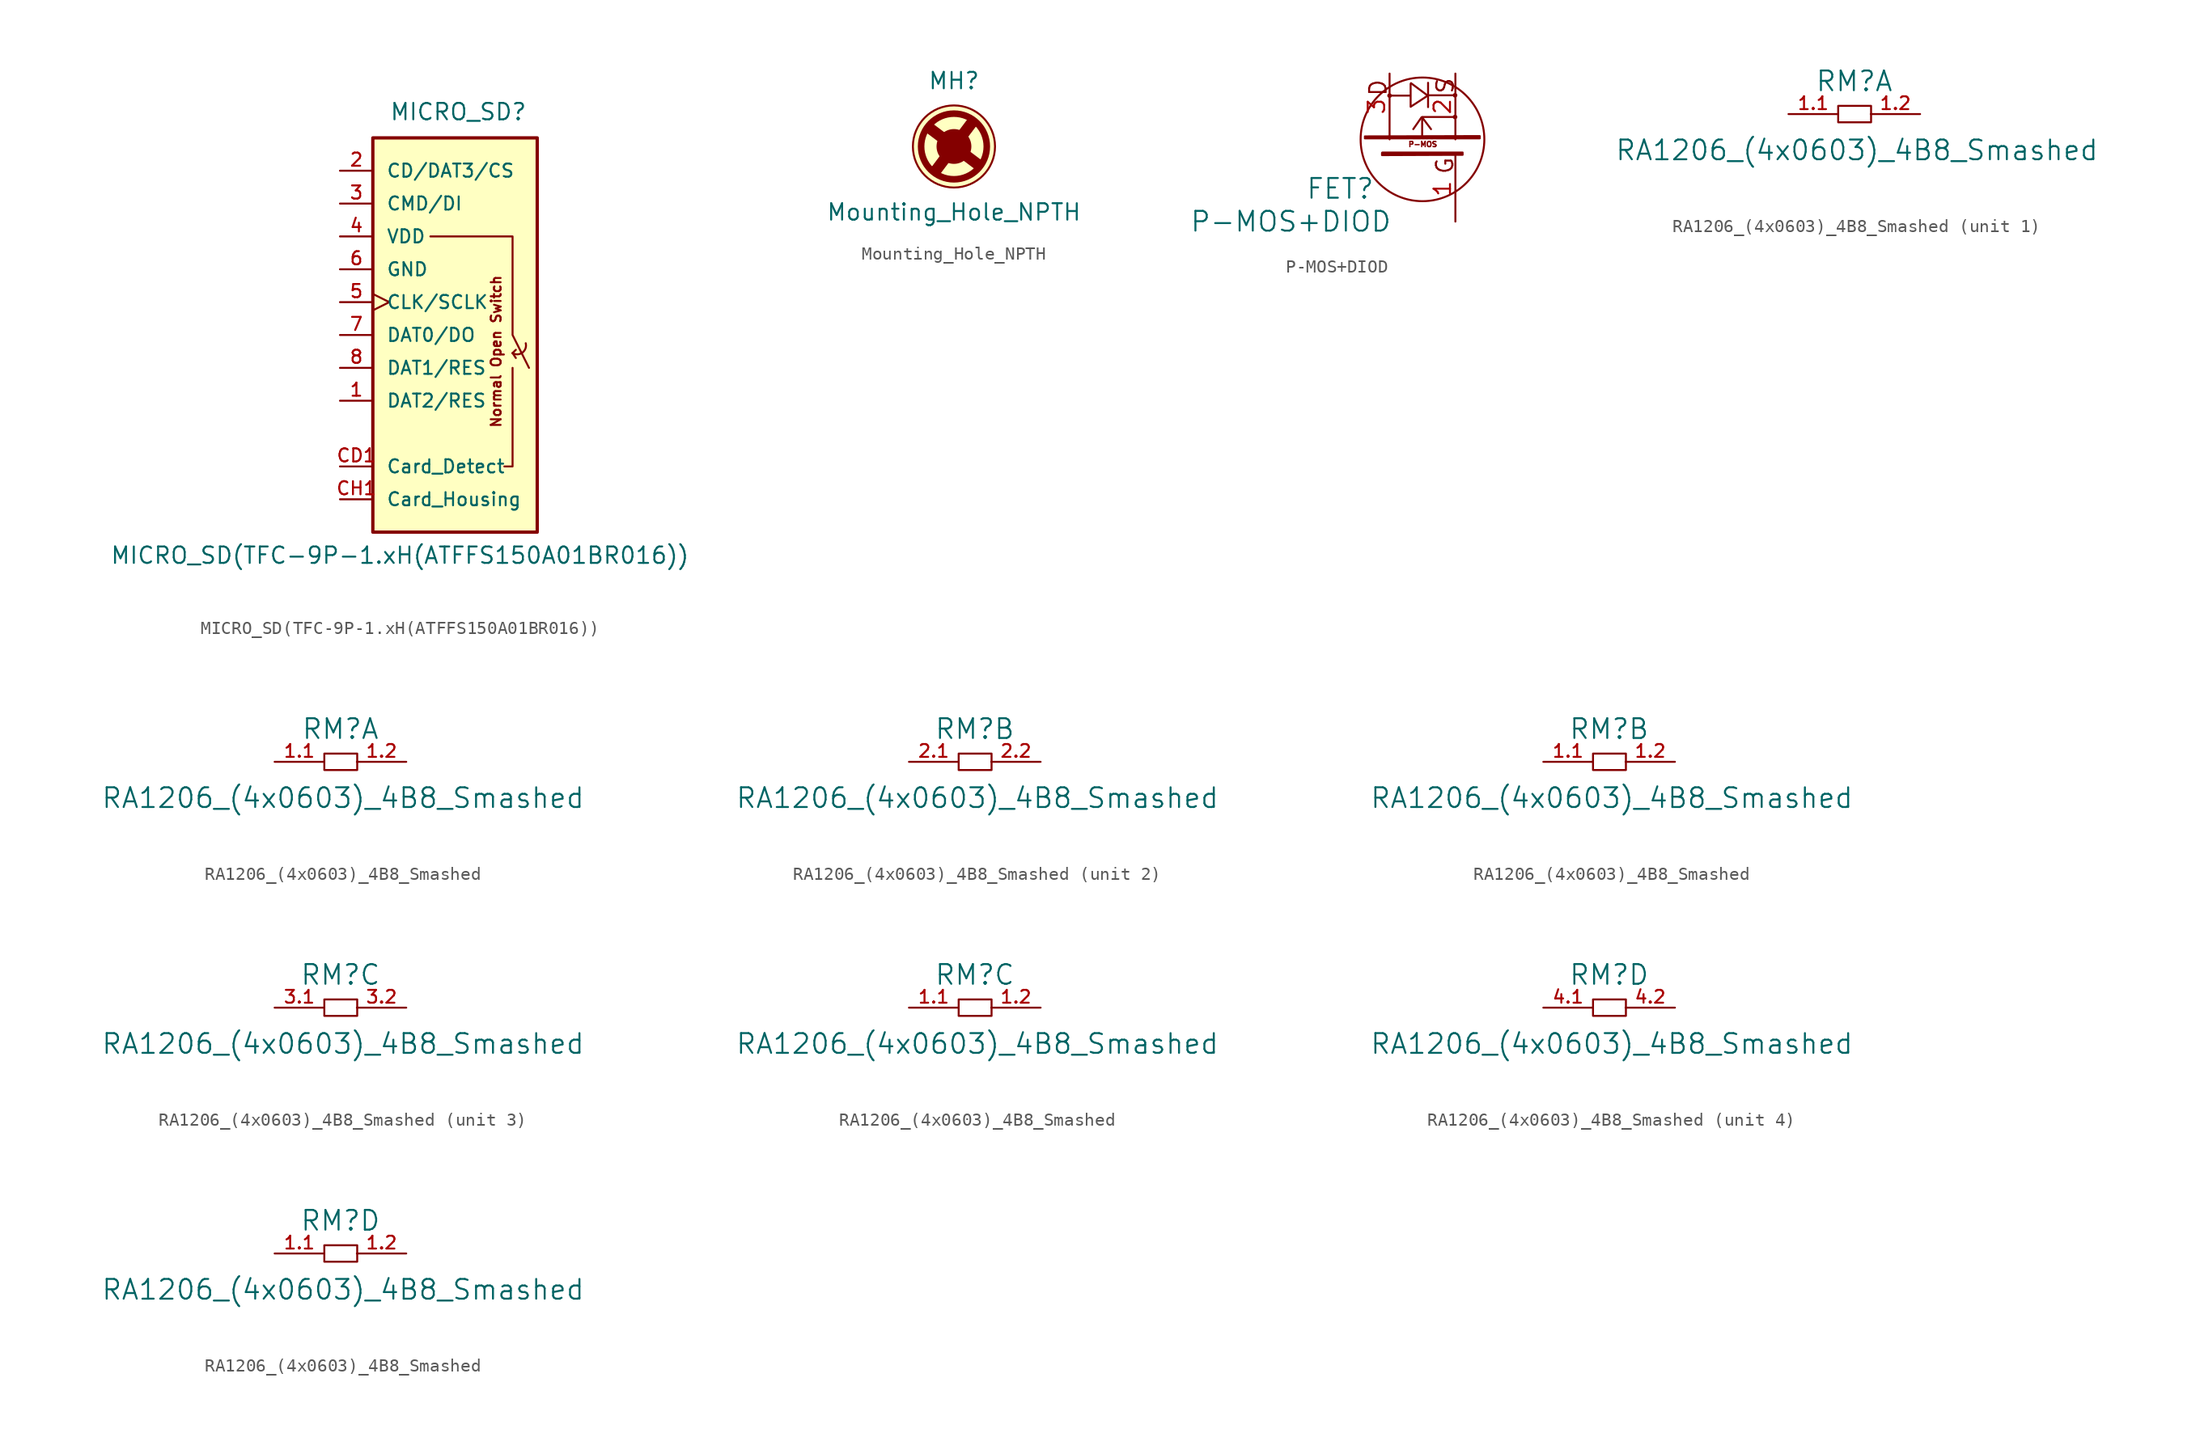
<source format=kicad_sym>
(kicad_symbol_lib
  (version 20231120)
  (generator "kicad_symbol_editor")
  (generator_version "8.0")
  (symbol "MICRO_SD(TFC-9P-1.xH(ATFFS150A01BR016))"
    (pin_names
      (offset 1.016))
    (property "Reference" "MICRO_SD"
      (at -3.81 16.51 0)
      (effects (font (size 1.27 1.27)) (justify left bottom)))
    (property "Value" "MICRO_SD(TFC-9P-1.xH(ATFFS150A01BR016))"
      (at -25.4 -17.78 0)
      (effects (font (size 1.27 1.27)) (justify left bottom)))
    (property "Datasheet" ""
      (at 5.08 2.54 0)
      (effects (font (size 1.524 1.524))))
    (property "ki_locked" ""
      (at 0 0 0)
      (effects (font (size 1.27 1.27))))
    (symbol "MICRO_SD(TFC-9P-1.xH(ATFFS150A01BR016))_0_0"
      (polyline (pts (xy 5.715 -1.397) (xy 5.969 -1.778)) (stroke (width 0) (type solid)) (fill (type none)))
      (polyline (pts (xy 5.715 -1.397) (xy 5.969 -1.143)) (stroke (width 0) (type solid)) (fill (type none)))
      (arc (start 5.715 -1.397) (mid 6.4809 -1.3599) (end 6.731 -0.635) (stroke (width 0) (type solid)) (fill (type none)))
      (text "Normal Open Switch" (at 4.445 -1.27 900) (effects (font (size 0.762 0.762)))))
    (symbol "MICRO_SD(TFC-9P-1.xH(ATFFS150A01BR016))_0_1"
      (rectangle (start -5.08 15.24) (end 7.62 -15.24) (stroke (width 0.254) (type solid)) (fill (type background)))
      (polyline (pts (xy 5.715 -2.54) (xy 5.715 -10.16) (xy 5.08 -10.16)) (stroke (width 0) (type solid)) (fill (type none)))
      (polyline (pts (xy -0.635 7.62) (xy 5.715 7.62) (xy 5.715 0) (xy 6.985 -2.54)) (stroke (width 0) (type solid)) (fill (type none))))
    (symbol "MICRO_SD(TFC-9P-1.xH(ATFFS150A01BR016))_1_1"
      (pin bidirectional line (at -7.62 -5.08 0) (length 2.54) (name "DAT2/RES" (effects (font (size 1.016 1.016)))) (number "1" (effects (font (size 1.016 1.016)))))
      (pin bidirectional line (at -7.62 12.7 0) (length 2.54) (name "CD/DAT3/CS" (effects (font (size 1.016 1.016)))) (number "2" (effects (font (size 1.016 1.016)))))
      (pin input line (at -7.62 10.16 0) (length 2.54) (name "CMD/DI" (effects (font (size 1.016 1.016)))) (number "3" (effects (font (size 1.016 1.016)))))
      (pin power_in line (at -7.62 7.62 0) (length 2.54) (name "VDD" (effects (font (size 1.016 1.016)))) (number "4" (effects (font (size 1.016 1.016)))))
      (pin input clock (at -7.62 2.54 0) (length 2.54) (name "CLK/SCLK" (effects (font (size 1.016 1.016)))) (number "5" (effects (font (size 1.016 1.016)))))
      (pin power_in line (at -7.62 5.08 0) (length 2.54) (name "GND" (effects (font (size 1.016 1.016)))) (number "6" (effects (font (size 1.016 1.016)))))
      (pin bidirectional line (at -7.62 0 0) (length 2.54) (name "DAT0/DO" (effects (font (size 1.016 1.016)))) (number "7" (effects (font (size 1.016 1.016)))))
      (pin bidirectional line (at -7.62 -2.54 0) (length 2.54) (name "DAT1/RES" (effects (font (size 1.016 1.016)))) (number "8" (effects (font (size 1.016 1.016)))))
      (pin input line (at -7.62 -10.16 0) (length 2.54) (name "Card_Detect" (effects (font (size 1.016 1.016)))) (number "CD1" (effects (font (size 1.016 1.016)))))
      (pin input line (at -7.62 -12.7 0) (length 2.54) (name "Card_Housing" (effects (font (size 1.016 1.016)))) (number "CH1" (effects (font (size 1.016 1.016)))))))
  (symbol "Mounting_Hole_NPTH"
    (pin_names
      (offset 1.016))
    (property "Reference" "MH"
      (at 0 5.08 0)
      (effects (font (size 1.27 1.27))))
    (property "Value" "Mounting_Hole_NPTH"
      (at 0 -5.08 0)
      (effects (font (size 1.27 1.27))))
    (symbol "Mounting_Hole_NPTH_0_1"
      (polyline (pts (xy -1.905 1.27) (xy 1.778 -1.524)) (stroke (width 0.508) (type solid)) (fill (type none)))
      (polyline (pts (xy -1.905 1.27) (xy 1.905 -1.397)) (stroke (width 0.508) (type solid)) (fill (type none)))
      (polyline (pts (xy -1.778 1.524) (xy 1.905 -1.27)) (stroke (width 0.508) (type solid)) (fill (type none)))
      (polyline (pts (xy -1.524 -1.778) (xy 1.27 1.905)) (stroke (width 0.508) (type solid)) (fill (type none)))
      (polyline (pts (xy -1.27 -1.905) (xy 1.397 1.905)) (stroke (width 0.508) (type solid)) (fill (type none)))
      (polyline (pts (xy -1.27 -1.905) (xy 1.524 1.778)) (stroke (width 0.508) (type solid)) (fill (type none)))
      (polyline (pts (xy 1.194 2.184) (xy -1.778 -1.778)) (stroke (width 0) (type solid)) (fill (type none)))
      (polyline (pts (xy 1.778 -1.778) (xy -2.21 1.219)) (stroke (width 0) (type solid)) (fill (type none)))
      (polyline (pts (xy 1.778 1.778) (xy -1.219 -2.21)) (stroke (width 0) (type solid)) (fill (type none)))
      (polyline (pts (xy 2.184 -1.194) (xy -1.778 1.778)) (stroke (width 0) (type solid)) (fill (type none)))
      (circle (center 0 0) (radius 2.54) (stroke (width 0.508) (type solid)) (fill (type none)))
      (circle (center 0 0) (radius 3.175) (stroke (width 0) (type solid)) (fill (type background))))
    (symbol "Mounting_Hole_NPTH_1_1"
      (circle (center 0 0) (radius 1.27) (stroke (width 0) (type solid)) (fill (type outline)))))
  (symbol "P-MOS+DIOD"
    (pin_names
      (offset 1.016))
    (property "Reference" "FET"
      (at -6.35 -3.81 0)
      (effects (font (size 1.524 1.524))))
    (property "Value" "P-MOS+DIOD"
      (at -10.16 -6.35 0)
      (effects (font (size 1.524 1.524))))
    (property "Footprint" ""
      (at 0 0 0)
      (effects (font (size 1.524 1.524))))
    (property "Datasheet" ""
      (at 0 0 0)
      (effects (font (size 1.524 1.524))))
    (symbol "P-MOS+DIOD_0_0"
      (circle (center -2.54 3.378) (radius 0.102) (stroke (width 0) (type solid)) (fill (type none)))
      (polyline (pts (xy -0.025 1.702) (xy 0.66 0.787)) (stroke (width 0) (type solid)) (fill (type none)))
      (polyline (pts (xy 0.432 4.369) (xy 0.432 2.489)) (stroke (width 0) (type solid)) (fill (type none)))
      (polyline (pts (xy 0.457 3.404) (xy 2.489 3.404)) (stroke (width 0) (type solid)) (fill (type none)))
      (polyline (pts (xy -0.076 1.702) (xy -0.711 0.787) (xy -0.686 0.838)) (stroke (width 0) (type solid)) (fill (type none)))
      (polyline (pts (xy -0.025 0.254) (xy -0.025 1.727) (xy 2.515 1.727)) (stroke (width 0) (type solid)) (fill (type none)))
      (polyline (pts (xy -2.515 3.378) (xy -0.914 3.378) (xy -0.914 4.293) (xy -0.914 2.515) (xy 0.406 3.378) (xy -0.889 4.343)) (stroke (width 0) (type solid)) (fill (type none)))
      (polyline (pts (xy -4.445 0.229) (xy 4.42 0.254) (xy 4.42 0.076) (xy -4.42 0.076) (xy -4.445 0.076) (xy -4.445 0.152) (xy 4.293 0.152)) (stroke (width 0) (type solid)) (fill (type none)))
      (polyline (pts (xy -3.099 -1.016) (xy 3.099 -1.016) (xy 3.099 -1.194) (xy -3.073 -1.219) (xy -3.124 -1.219) (xy -3.124 -1.041) (xy -3.048 -1.143) (xy 2.997 -1.118)) (stroke (width 0) (type solid)) (fill (type none)))
      (circle (center 0 0) (radius 4.775) (stroke (width 0) (type solid)) (fill (type none)))
      (circle (center 2.515 1.727) (radius 0.102) (stroke (width 0) (type solid)) (fill (type none)))
      (circle (center 2.515 3.404) (radius 0.102) (stroke (width 0) (type solid)) (fill (type none)))
      (text "D" (at -3.429 3.988 900) (effects (font (size 1.27 1.27))))
      (text "G" (at 1.727 -2.032 900) (effects (font (size 1.27 1.27))))
      (text "P-MOS" (at 0.025 -0.381 0) (effects (font (size 0.406 0.406))))
      (text "S" (at 1.753 4.14 900) (effects (font (size 1.27 1.27)))))
    (symbol "P-MOS+DIOD_1_1"
      (pin input line (at 2.54 -6.35 90) (length 5.08) (name "~" (effects (font (size 1.27 1.27)))) (number "1" (effects (font (size 1.27 1.27)))))
      (pin passive line (at 2.54 5.08 270) (length 5.08) (name "~" (effects (font (size 1.27 1.27)))) (number "2" (effects (font (size 1.27 1.27)))))
      (pin passive line (at -2.54 5.08 270) (length 5.08) (name "~" (effects (font (size 1.27 1.27)))) (number "3" (effects (font (size 1.27 1.27)))))))
  (symbol "RA1206_(4x0603)_4B8_Smashed"
    (pin_names
      (offset 1.016))
    (property "Reference" "RM"
      (at 0 6.35 0)
      (effects (font (size 1.524 1.524))))
    (property "Value" "RA1206_(4x0603)_4B8_Smashed"
      (at 0.203 1.016 0)
      (effects (font (size 1.524 1.524))))
    (property "Footprint" ""
      (at 1.27 -2.54 0)
      (effects (font (size 1.524 1.524))))
    (property "Datasheet" ""
      (at 1.27 -2.54 0)
      (effects (font (size 1.524 1.524))))
    (symbol "RA1206_(4x0603)_4B8_Smashed_0_0"
      (rectangle (start -1.245 4.445) (end 1.295 3.175) (stroke (width 0) (type solid)) (fill (type none))))
    (symbol "RA1206_(4x0603)_4B8_Smashed_1_1"
      (pin passive line (at -5.08 3.81 0) (length 3.81) (name "~" (effects (font (size 0.991 0.991)))) (number "1.1" (effects (font (size 0.991 0.991)))))
      (pin passive line (at 5.08 3.81 180) (length 3.81) (name "~" (effects (font (size 0.991 0.991)))) (number "1.2" (effects (font (size 0.991 0.991))))))
    (symbol "RA1206_(4x0603)_4B8_Smashed_1_2"
      (pin passive line (at -5.08 3.81 0) (length 3.81) (name "~" (effects (font (size 0.991 0.991)))) (number "1.1" (effects (font (size 0.991 0.991)))))
      (pin passive line (at 5.08 3.81 180) (length 3.81) (name "~" (effects (font (size 0.991 0.991)))) (number "1.2" (effects (font (size 0.991 0.991))))))
    (symbol "RA1206_(4x0603)_4B8_Smashed_2_1"
      (pin passive line (at -5.08 3.81 0) (length 3.81) (name "~" (effects (font (size 0.991 0.991)))) (number "2.1" (effects (font (size 0.991 0.991)))))
      (pin passive line (at 5.08 3.81 180) (length 3.81) (name "~" (effects (font (size 0.991 0.991)))) (number "2.2" (effects (font (size 0.991 0.991))))))
    (symbol "RA1206_(4x0603)_4B8_Smashed_2_2"
      (pin passive line (at -5.08 3.81 0) (length 3.81) (name "~" (effects (font (size 0.991 0.991)))) (number "1.1" (effects (font (size 0.991 0.991)))))
      (pin passive line (at 5.08 3.81 180) (length 3.81) (name "~" (effects (font (size 0.991 0.991)))) (number "1.2" (effects (font (size 0.991 0.991))))))
    (symbol "RA1206_(4x0603)_4B8_Smashed_3_1"
      (pin passive line (at -5.08 3.81 0) (length 3.81) (name "~" (effects (font (size 0.991 0.991)))) (number "3.1" (effects (font (size 0.991 0.991)))))
      (pin passive line (at 5.08 3.81 180) (length 3.81) (name "~" (effects (font (size 0.991 0.991)))) (number "3.2" (effects (font (size 0.991 0.991))))))
    (symbol "RA1206_(4x0603)_4B8_Smashed_3_2"
      (pin passive line (at -5.08 3.81 0) (length 3.81) (name "~" (effects (font (size 0.991 0.991)))) (number "1.1" (effects (font (size 0.991 0.991)))))
      (pin passive line (at 5.08 3.81 180) (length 3.81) (name "~" (effects (font (size 0.991 0.991)))) (number "1.2" (effects (font (size 0.991 0.991))))))
    (symbol "RA1206_(4x0603)_4B8_Smashed_4_1"
      (pin passive line (at -5.08 3.81 0) (length 3.81) (name "~" (effects (font (size 0.991 0.991)))) (number "4.1" (effects (font (size 0.991 0.991)))))
      (pin passive line (at 5.08 3.81 180) (length 3.81) (name "~" (effects (font (size 0.991 0.991)))) (number "4.2" (effects (font (size 0.991 0.991))))))
    (symbol "RA1206_(4x0603)_4B8_Smashed_4_2"
      (pin passive line (at -5.08 3.81 0) (length 3.81) (name "~" (effects (font (size 0.991 0.991)))) (number "1.1" (effects (font (size 0.991 0.991)))))
      (pin passive line (at 5.08 3.81 180) (length 3.81) (name "~" (effects (font (size 0.991 0.991)))) (number "1.2" (effects (font (size 0.991 0.991))))))))
</source>
